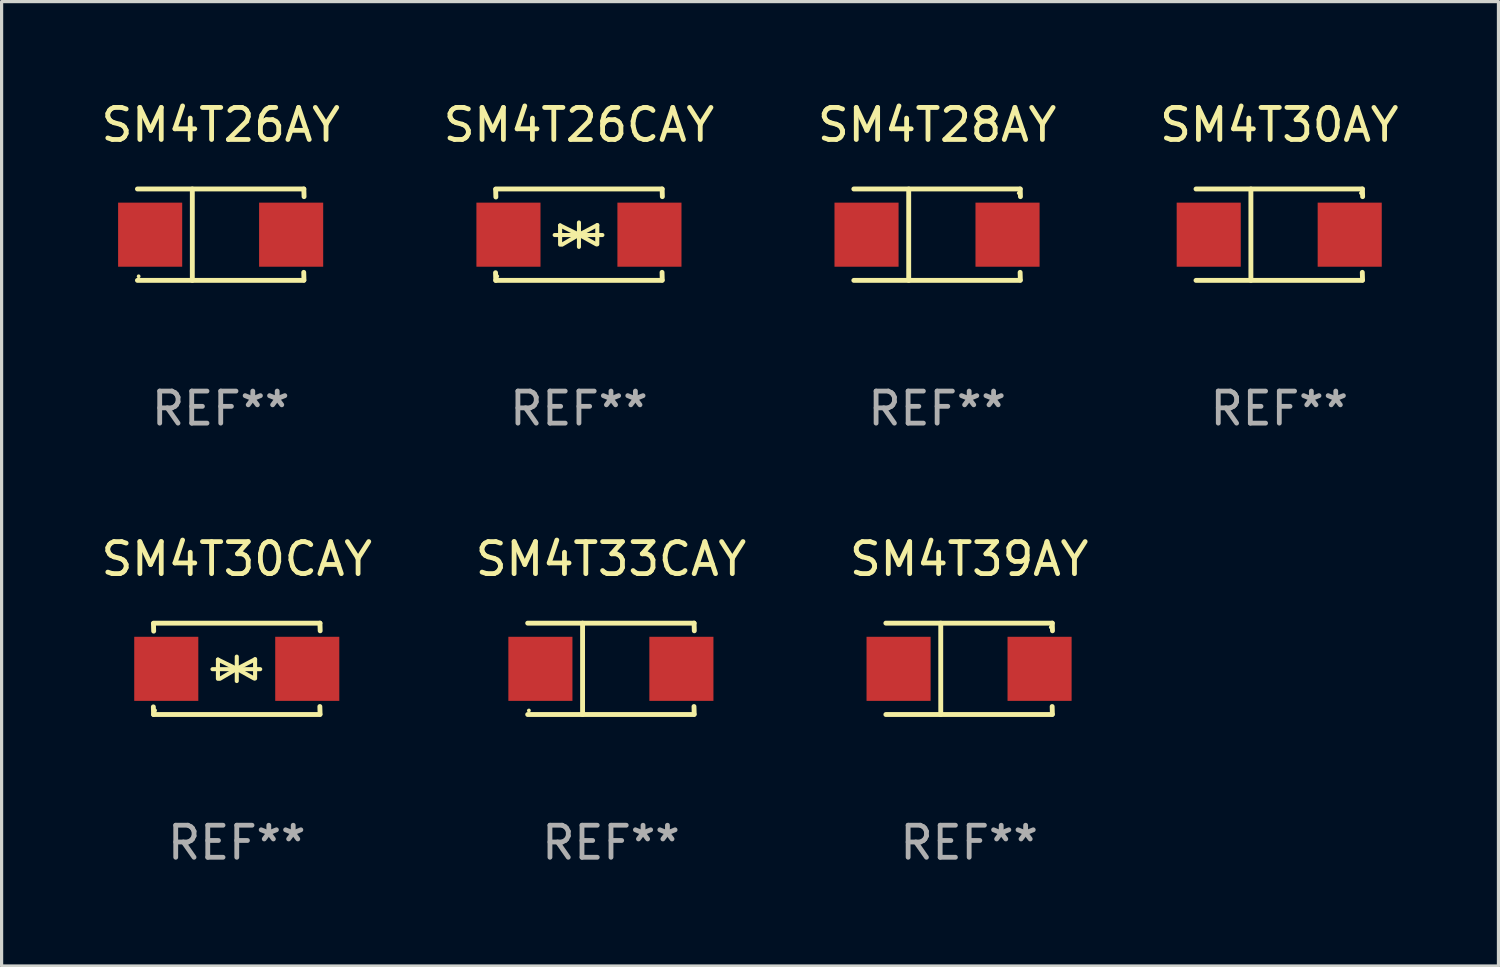
<source format=kicad_pcb>
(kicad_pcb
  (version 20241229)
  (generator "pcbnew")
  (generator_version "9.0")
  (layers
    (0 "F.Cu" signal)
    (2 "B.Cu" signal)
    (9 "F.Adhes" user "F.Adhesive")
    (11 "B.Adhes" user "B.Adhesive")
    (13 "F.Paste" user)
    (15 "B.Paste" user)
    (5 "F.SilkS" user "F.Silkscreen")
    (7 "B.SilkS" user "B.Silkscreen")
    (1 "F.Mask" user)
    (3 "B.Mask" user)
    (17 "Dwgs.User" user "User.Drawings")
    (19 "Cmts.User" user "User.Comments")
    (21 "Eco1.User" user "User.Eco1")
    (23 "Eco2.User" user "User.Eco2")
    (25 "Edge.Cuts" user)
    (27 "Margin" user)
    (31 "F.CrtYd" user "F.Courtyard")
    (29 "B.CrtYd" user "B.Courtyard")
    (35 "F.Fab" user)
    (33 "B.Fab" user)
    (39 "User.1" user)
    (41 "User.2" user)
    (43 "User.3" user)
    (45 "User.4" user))
  (footprint "SM4T26CAY"
    (layer "F.Cu")
    (at 15.018 4.274)
    (property "Reference" "SM4T26CAY" (at 0 -3.426 0) (layer "F.SilkS") (effects (font (size 1 1) (thickness 0.15))))
    (attr through_hole)
    (fp_line (start -2.596 -1.426) (end 2.596 -1.426) (stroke (width 0.152) (type solid)) (layer "F.SilkS"))
    (fp_line (start -2.596 1.426) (end -2.603 1.187) (stroke (width 0.152) (type solid)) (layer "F.SilkS"))
    (fp_line (start -2.596 1.426) (end 2.596 1.426) (stroke (width 0.152) (type solid)) (layer "F.SilkS"))
    (fp_line (start -2.593 -1.176) (end -2.6 -1.415) (stroke (width 0.152) (type solid)) (layer "F.SilkS"))
    (fp_line (start -0.758 0.011) (end 0.732 0.011) (stroke (width 0.127) (type solid)) (layer "F.SilkS"))
    (fp_line (start -0.588 -0.289) (end -0.588 0.311) (stroke (width 0.127) (type solid)) (layer "F.SilkS"))
    (fp_line (start -0.588 -0.289) (end 0 0) (stroke (width 0.127) (type solid)) (layer "F.SilkS"))
    (fp_line (start -0.528 0.311) (end 0 0) (stroke (width 0.127) (type solid)) (layer "F.SilkS"))
    (fp_line (start 0 0) (end 0 -0.381) (stroke (width 0.127) (type solid)) (layer "F.SilkS"))
    (fp_line (start 0 0) (end 0 0.381) (stroke (width 0.127) (type solid)) (layer "F.SilkS"))
    (fp_line (start 0.542 0.301) (end 0 0) (stroke (width 0.127) (type solid)) (layer "F.SilkS"))
    (fp_line (start 0.572 -0.299) (end 0 0) (stroke (width 0.127) (type solid)) (layer "F.SilkS"))
    (fp_line (start 0.572 -0.299) (end 0.572 0.301) (stroke (width 0.127) (type solid)) (layer "F.SilkS"))
    (fp_line (start 2.593 1.176) (end 2.6 1.415) (stroke (width 0.152) (type solid)) (layer "F.SilkS"))
    (fp_line (start 2.596 -1.426) (end 2.603 -1.187) (stroke (width 0.152) (type solid)) (layer "F.SilkS"))
    (fp_circle (center -2.55 1.3) (end -2.52 1.3) (stroke (width 0.06) (type solid)) (fill no) (layer "F.SilkS"))
    (fp_text user "REF**" (at 0 5.426 0) (layer "F.Fab") (effects (font (size 1 1) (thickness 0.15))))
    (pad "1" smd rect (at -2.2 0 180) (size 2 2) (layers "F.Cu" "F.Mask" "F.Paste"))
    (pad "2" smd rect (at 2.2 0 180) (size 2 2) (layers "F.Cu" "F.Mask" "F.Paste")))
  (footprint "SM4T28AY"
    (layer "F.Cu")
    (at 26.196 4.274)
    (property "Reference" "SM4T28AY" (at 0 -3.426 0) (layer "F.SilkS") (effects (font (size 1 1) (thickness 0.15))))
    (attr through_hole)
    (fp_line (start -2.6 -1.426) (end 2.593 -1.426) (stroke (width 0.152) (type solid)) (layer "F.SilkS"))
    (fp_line (start -2.6 1.426) (end 2.593 1.426) (stroke (width 0.152) (type solid)) (layer "F.SilkS"))
    (fp_line (start -0.887 -1.426) (end -0.887 1.426) (stroke (width 0.152) (type solid)) (layer "F.SilkS"))
    (fp_line (start 2.59 1.176) (end 2.597 1.415) (stroke (width 0.152) (type solid)) (layer "F.SilkS"))
    (fp_line (start 2.593 -1.426) (end 2.6 -1.187) (stroke (width 0.152) (type solid)) (layer "F.SilkS"))
    (fp_circle (center 2.547 -1.3) (end 2.577 -1.3) (stroke (width 0.06) (type solid)) (fill no) (layer "F.SilkS"))
    (fp_text user "REF**" (at 0 5.426 0) (layer "F.Fab") (effects (font (size 1 1) (thickness 0.15))))
    (pad "1" smd rect (at 2.197 -0.000025 180) (size 2 2) (layers "F.Cu" "F.Mask" "F.Paste"))
    (pad "2" smd rect (at -2.203 -0.000025 180) (size 2 2) (layers "F.Cu" "F.Mask" "F.Paste")))
  (footprint "SM4T30CAY"
    (layer "F.Cu")
    (at 4.339 17.823)
    (property "Reference" "SM4T30CAY" (at 0 -3.426 0) (layer "F.SilkS") (effects (font (size 1 1) (thickness 0.15))))
    (attr through_hole)
    (fp_line (start -2.596 -1.426) (end 2.596 -1.426) (stroke (width 0.152) (type solid)) (layer "F.SilkS"))
    (fp_line (start -2.596 1.426) (end -2.603 1.187) (stroke (width 0.152) (type solid)) (layer "F.SilkS"))
    (fp_line (start -2.596 1.426) (end 2.596 1.426) (stroke (width 0.152) (type solid)) (layer "F.SilkS"))
    (fp_line (start -2.593 -1.176) (end -2.6 -1.415) (stroke (width 0.152) (type solid)) (layer "F.SilkS"))
    (fp_line (start -0.758 0.011) (end 0.732 0.011) (stroke (width 0.127) (type solid)) (layer "F.SilkS"))
    (fp_line (start -0.588 -0.289) (end -0.588 0.311) (stroke (width 0.127) (type solid)) (layer "F.SilkS"))
    (fp_line (start -0.588 -0.289) (end 0 0) (stroke (width 0.127) (type solid)) (layer "F.SilkS"))
    (fp_line (start -0.528 0.311) (end 0 0) (stroke (width 0.127) (type solid)) (layer "F.SilkS"))
    (fp_line (start 0 0) (end 0 -0.381) (stroke (width 0.127) (type solid)) (layer "F.SilkS"))
    (fp_line (start 0 0) (end 0 0.381) (stroke (width 0.127) (type solid)) (layer "F.SilkS"))
    (fp_line (start 0.542 0.301) (end 0 0) (stroke (width 0.127) (type solid)) (layer "F.SilkS"))
    (fp_line (start 0.572 -0.299) (end 0 0) (stroke (width 0.127) (type solid)) (layer "F.SilkS"))
    (fp_line (start 0.572 -0.299) (end 0.572 0.301) (stroke (width 0.127) (type solid)) (layer "F.SilkS"))
    (fp_line (start 2.593 1.176) (end 2.6 1.415) (stroke (width 0.152) (type solid)) (layer "F.SilkS"))
    (fp_line (start 2.596 -1.426) (end 2.603 -1.187) (stroke (width 0.152) (type solid)) (layer "F.SilkS"))
    (fp_circle (center -2.55 1.3) (end -2.52 1.3) (stroke (width 0.06) (type solid)) (fill no) (layer "F.SilkS"))
    (fp_text user "REF**" (at 0 5.426 0) (layer "F.Fab") (effects (font (size 1 1) (thickness 0.15))))
    (pad "1" smd rect (at -2.2 0 180) (size 2 2) (layers "F.Cu" "F.Mask" "F.Paste"))
    (pad "2" smd rect (at 2.2 0 180) (size 2 2) (layers "F.Cu" "F.Mask" "F.Paste")))
  (footprint "SM4T30AY"
    (layer "F.Cu")
    (at 36.875 4.274)
    (property "Reference" "SM4T30AY" (at 0 -3.426 0) (layer "F.SilkS") (effects (font (size 1 1) (thickness 0.15))))
    (attr through_hole)
    (fp_line (start -2.6 -1.426) (end 2.593 -1.426) (stroke (width 0.152) (type solid)) (layer "F.SilkS"))
    (fp_line (start -2.6 1.426) (end 2.593 1.426) (stroke (width 0.152) (type solid)) (layer "F.SilkS"))
    (fp_line (start -0.887 -1.426) (end -0.887 1.426) (stroke (width 0.152) (type solid)) (layer "F.SilkS"))
    (fp_line (start 2.59 1.176) (end 2.597 1.415) (stroke (width 0.152) (type solid)) (layer "F.SilkS"))
    (fp_line (start 2.593 -1.426) (end 2.6 -1.187) (stroke (width 0.152) (type solid)) (layer "F.SilkS"))
    (fp_circle (center 2.547 -1.3) (end 2.577 -1.3) (stroke (width 0.06) (type solid)) (fill no) (layer "F.SilkS"))
    (fp_text user "REF**" (at 0 5.426 0) (layer "F.Fab") (effects (font (size 1 1) (thickness 0.15))))
    (pad "1" smd rect (at 2.197 -0.000025 180) (size 2 2) (layers "F.Cu" "F.Mask" "F.Paste"))
    (pad "2" smd rect (at -2.203 -0.000025 180) (size 2 2) (layers "F.Cu" "F.Mask" "F.Paste")))
  (footprint "SM4T33CAY"
    (layer "F.Cu")
    (at 16.018 17.823)
    (property "Reference" "SM4T33CAY" (at 0 -3.426 0) (layer "F.SilkS") (effects (font (size 1 1) (thickness 0.15))))
    (attr through_hole)
    (fp_line (start -2.6 -1.426) (end 2.593 -1.426) (stroke (width 0.152) (type solid)) (layer "F.SilkS"))
    (fp_line (start -2.6 1.426) (end 2.593 1.426) (stroke (width 0.152) (type solid)) (layer "F.SilkS"))
    (fp_line (start -0.887 -1.426) (end -0.887 1.426) (stroke (width 0.152) (type solid)) (layer "F.SilkS"))
    (fp_line (start 2.59 1.176) (end 2.597 1.415) (stroke (width 0.152) (type solid)) (layer "F.SilkS"))
    (fp_line (start 2.593 -1.426) (end 2.6 -1.187) (stroke (width 0.152) (type solid)) (layer "F.SilkS"))
    (fp_circle (center -2.563 1.3) (end -2.533 1.3) (stroke (width 0.06) (type solid)) (fill no) (layer "F.SilkS"))
    (fp_text user "REF**" (at 0 5.426 0) (layer "F.Fab") (effects (font (size 1 1) (thickness 0.15))))
    (pad "1" smd rect (at -2.203 -0.000025 180) (size 2 2) (layers "F.Cu" "F.Mask" "F.Paste"))
    (pad "2" smd rect (at 2.197 -0.000025 180) (size 2 2) (layers "F.Cu" "F.Mask" "F.Paste")))
  (footprint "SM4T39AY"
    (layer "F.Cu")
    (at 27.196 17.823)
    (property "Reference" "SM4T39AY" (at 0 -3.426 0) (layer "F.SilkS") (effects (font (size 1 1) (thickness 0.15))))
    (attr through_hole)
    (fp_line (start -2.6 -1.426) (end 2.593 -1.426) (stroke (width 0.152) (type solid)) (layer "F.SilkS"))
    (fp_line (start -2.6 1.426) (end 2.593 1.426) (stroke (width 0.152) (type solid)) (layer "F.SilkS"))
    (fp_line (start -0.887 -1.426) (end -0.887 1.426) (stroke (width 0.152) (type solid)) (layer "F.SilkS"))
    (fp_line (start 2.59 1.176) (end 2.597 1.415) (stroke (width 0.152) (type solid)) (layer "F.SilkS"))
    (fp_line (start 2.593 -1.426) (end 2.6 -1.187) (stroke (width 0.152) (type solid)) (layer "F.SilkS"))
    (fp_circle (center 2.547 -1.3) (end 2.577 -1.3) (stroke (width 0.06) (type solid)) (fill no) (layer "F.SilkS"))
    (fp_text user "REF**" (at 0 5.426 0) (layer "F.Fab") (effects (font (size 1 1) (thickness 0.15))))
    (pad "1" smd rect (at 2.197 -0.000025 180) (size 2 2) (layers "F.Cu" "F.Mask" "F.Paste"))
    (pad "2" smd rect (at -2.203 -0.000025 180) (size 2 2) (layers "F.Cu" "F.Mask" "F.Paste")))
  (footprint "SM4T26AY"
    (layer "F.Cu")
    (at 3.839 4.274)
    (property "Reference" "SM4T26AY" (at 0 -3.426 0) (layer "F.SilkS") (effects (font (size 1 1) (thickness 0.15))))
    (attr through_hole)
    (fp_line (start -2.6 -1.426) (end 2.593 -1.426) (stroke (width 0.152) (type solid)) (layer "F.SilkS"))
    (fp_line (start -2.6 1.426) (end 2.593 1.426) (stroke (width 0.152) (type solid)) (layer "F.SilkS"))
    (fp_line (start -0.887 -1.426) (end -0.887 1.426) (stroke (width 0.152) (type solid)) (layer "F.SilkS"))
    (fp_line (start 2.59 1.176) (end 2.597 1.415) (stroke (width 0.152) (type solid)) (layer "F.SilkS"))
    (fp_line (start 2.593 -1.426) (end 2.6 -1.187) (stroke (width 0.152) (type solid)) (layer "F.SilkS"))
    (fp_circle (center -2.563 1.3) (end -2.533 1.3) (stroke (width 0.06) (type solid)) (fill no) (layer "F.SilkS"))
    (fp_text user "REF**" (at 0 5.426 0) (layer "F.Fab") (effects (font (size 1 1) (thickness 0.15))))
    (pad "1" smd rect (at -2.203 -0.000025 180) (size 2 2) (layers "F.Cu" "F.Mask" "F.Paste"))
    (pad "2" smd rect (at 2.197 -0.000025 180) (size 2 2) (layers "F.Cu" "F.Mask" "F.Paste")))
  (gr_rect
    (start -3 -3)
    (end 43.714 27.098)
    (stroke (width 0.1) (type default))
    (fill no)
    (layer "Edge.Cuts")))
</source>
